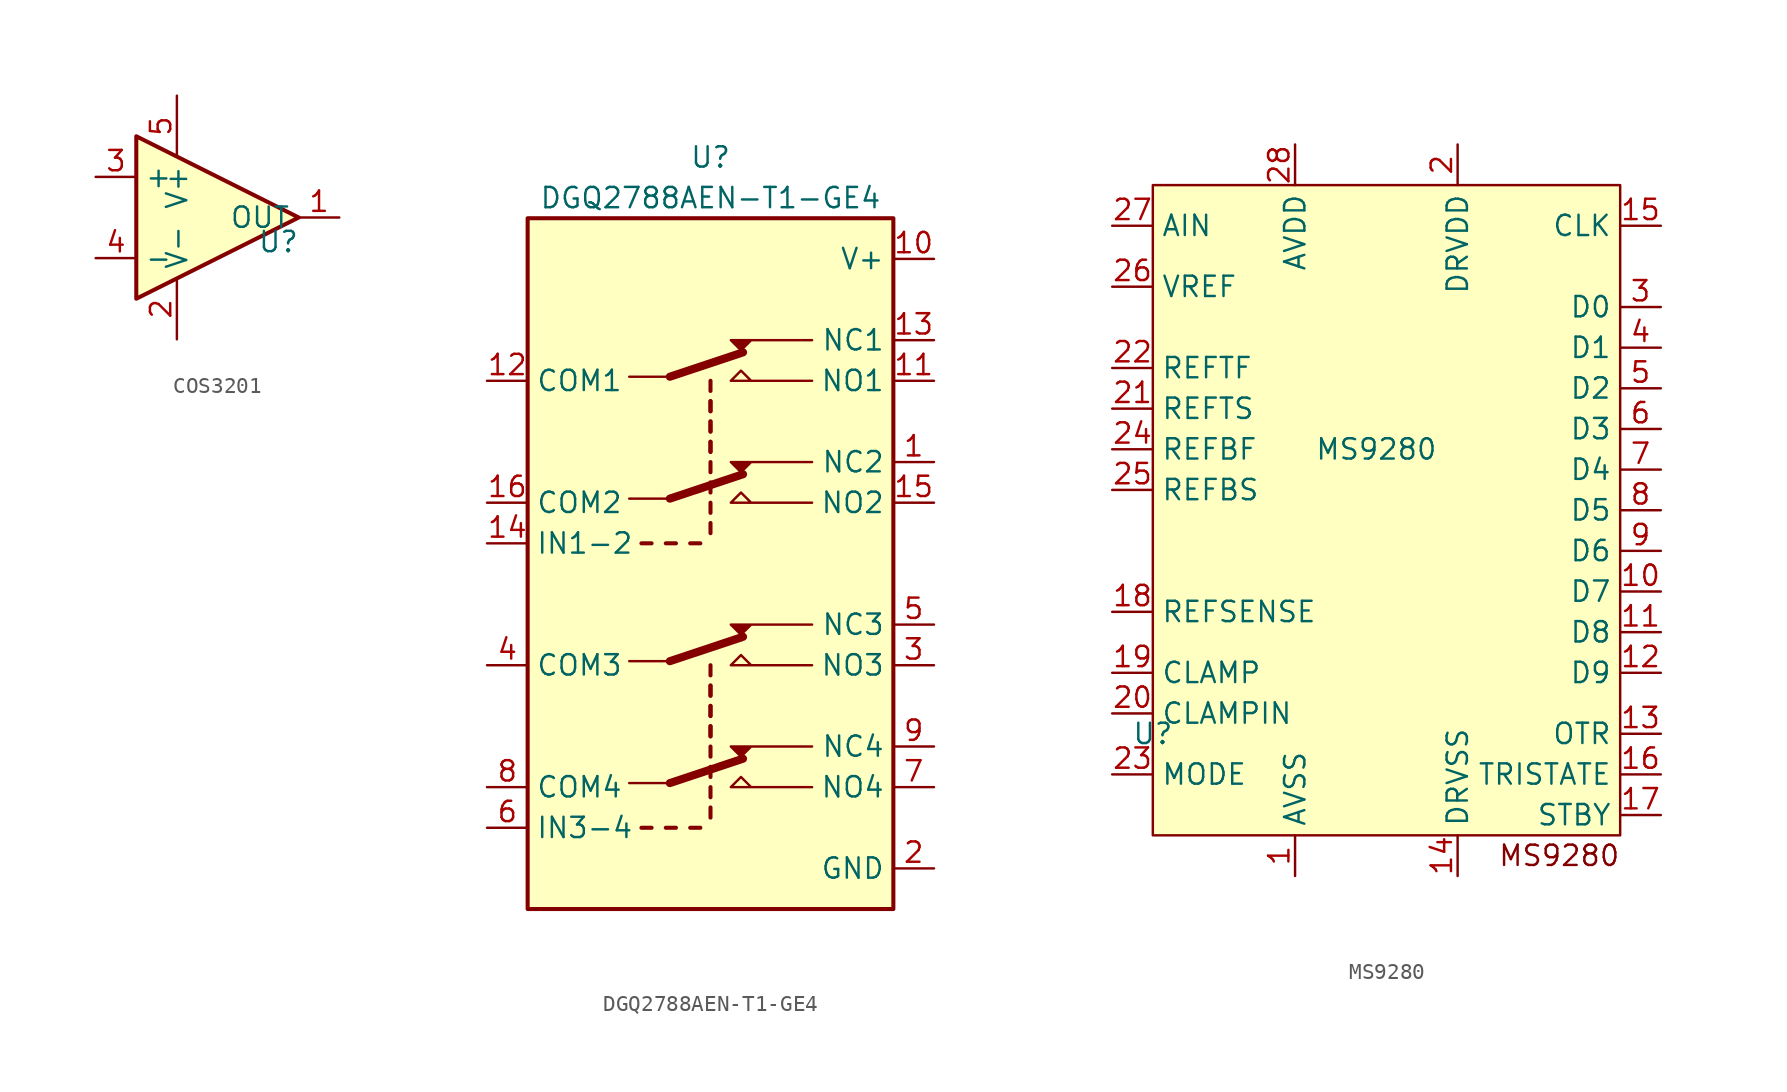
<source format=kicad_sym>
(kicad_symbol_lib
  (version 20241209)
  (generator "kicad_symbol_editor")
  (generator_version "9.0")
  (symbol "COS3201"
    (property "Reference" "U"
      (at -1.27 -1.524 0)
      (effects (font (size 1.27 1.27))))
    (property "Value" ""
      (at 0 0 0)
      (effects (font (size 1.27 1.27))))
    (symbol "COS3201_0_1"
      (polyline (pts (xy -10.16 5.08) (xy 0 0) (xy -10.16 -5.08) (xy -10.16 5.08)) (stroke (width 0.254) (type default)) (fill (type background))))
    (symbol "COS3201_1_1"
      (pin input line (at -12.7 2.54 0) (length 2.54) (name "+" (effects (font (size 1.27 1.27)))) (number "3" (effects (font (size 1.27 1.27)))))
      (pin input line (at -12.7 -2.54 0) (length 2.54) (name "-" (effects (font (size 1.27 1.27)))) (number "4" (effects (font (size 1.27 1.27)))))
      (pin power_in line (at -7.62 7.62 270) (length 3.81) (name "V+" (effects (font (size 1.27 1.27)))) (number "5" (effects (font (size 1.27 1.27)))))
      (pin power_in line (at -7.62 -7.62 90) (length 3.81) (name "V-" (effects (font (size 1.27 1.27)))) (number "2" (effects (font (size 1.27 1.27)))))
      (pin open_collector line (at 2.54 0 180) (length 2.54) (name "OUT" (effects (font (size 1.27 1.27)))) (number "1" (effects (font (size 1.27 1.27)))))))
  (symbol "DGQ2788AEN-T1-GE4"
    (property "Reference" "U"
      (at 0 20.32 0)
      (effects (font (size 1.27 1.27))))
    (property "Value" "DGQ2788AEN-T1-GE4"
      (at 0 17.78 0)
      (effects (font (size 1.27 1.27))))
    (symbol "DGQ2788AEN-T1-GE4_0_1"
      (polyline (pts (xy -2.54 6.604) (xy -5.08 6.604)) (stroke (width 0) (type default)) (fill (type none)))
      (polyline (pts (xy -2.54 -1.016) (xy -5.08 -1.016)) (stroke (width 0) (type default)) (fill (type none)))
      (polyline (pts (xy -2.54 -11.176) (xy -5.08 -11.176)) (stroke (width 0) (type default)) (fill (type none)))
      (polyline (pts (xy -2.54 -18.796) (xy -5.08 -18.796)) (stroke (width 0) (type default)) (fill (type none))))
    (symbol "DGQ2788AEN-T1-GE4_1_0"
      (pin passive line (at 13.97 6.35 180) (length 2.54) (name "NO1" (effects (font (size 1.27 1.27)))) (number "11" (effects (font (size 1.27 1.27)))))
      (pin passive line (at 13.97 1.27 180) (length 2.54) (name "NC2" (effects (font (size 1.27 1.27)))) (number "1" (effects (font (size 1.27 1.27)))))
      (pin passive line (at 13.97 -1.27 180) (length 2.54) (name "NO2" (effects (font (size 1.27 1.27)))) (number "15" (effects (font (size 1.27 1.27)))))
      (pin passive line (at 13.97 -8.89 180) (length 2.54) (name "NC3" (effects (font (size 1.27 1.27)))) (number "5" (effects (font (size 1.27 1.27)))))
      (pin passive line (at 13.97 -11.43 180) (length 2.54) (name "NO3" (effects (font (size 1.27 1.27)))) (number "3" (effects (font (size 1.27 1.27)))))
      (pin passive line (at 13.97 -16.51 180) (length 2.54) (name "NC4" (effects (font (size 1.27 1.27)))) (number "9" (effects (font (size 1.27 1.27)))))
      (pin passive line (at 13.97 -19.05 180) (length 2.54) (name "NO4" (effects (font (size 1.27 1.27)))) (number "7" (effects (font (size 1.27 1.27)))))
      (pin power_in line (at 13.97 -24.13 180) (length 2.54) (name "GND" (effects (font (size 1.27 1.27)))) (number "2" (effects (font (size 1.27 1.27))))))
    (symbol "DGQ2788AEN-T1-GE4_1_1"
      (rectangle (start -11.43 16.51) (end 11.43 -26.67) (stroke (width 0.254) (type default)) (fill (type background)))
      (polyline (pts (xy -4.318 -3.81) (xy -3.683 -3.81)) (stroke (width 0.254) (type default)) (fill (type none)))
      (polyline (pts (xy -4.318 -21.59) (xy -3.683 -21.59)) (stroke (width 0.254) (type default)) (fill (type none)))
      (polyline (pts (xy -2.794 -3.81) (xy -2.159 -3.81)) (stroke (width 0.254) (type default)) (fill (type none)))
      (polyline (pts (xy -2.794 -21.59) (xy -2.159 -21.59)) (stroke (width 0.254) (type default)) (fill (type none)))
      (polyline (pts (xy -2.54 6.604) (xy 2.032 8.128)) (stroke (width 0.508) (type default)) (fill (type none)))
      (polyline (pts (xy -2.54 -1.016) (xy 2.032 0.508)) (stroke (width 0.508) (type default)) (fill (type none)))
      (polyline (pts (xy -2.54 -11.176) (xy 2.032 -9.652)) (stroke (width 0.508) (type default)) (fill (type none)))
      (polyline (pts (xy -2.54 -18.796) (xy 2.032 -17.272)) (stroke (width 0.508) (type default)) (fill (type none)))
      (polyline (pts (xy -1.27 -3.81) (xy -0.635 -3.81)) (stroke (width 0.254) (type default)) (fill (type none)))
      (polyline (pts (xy -1.27 -21.59) (xy -0.635 -21.59)) (stroke (width 0.254) (type default)) (fill (type none)))
      (polyline (pts (xy 0 6.35) (xy 0 5.715)) (stroke (width 0.254) (type default)) (fill (type none)))
      (polyline (pts (xy 0 5.08) (xy 0 4.445)) (stroke (width 0.254) (type default)) (fill (type none)))
      (polyline (pts (xy 0 5.08) (xy 0 4.445)) (stroke (width 0.254) (type default)) (fill (type none)))
      (polyline (pts (xy 0 3.81) (xy 0 3.175)) (stroke (width 0.254) (type default)) (fill (type none)))
      (polyline (pts (xy 0 3.81) (xy 0 3.175)) (stroke (width 0.254) (type default)) (fill (type none)))
      (polyline (pts (xy 0 2.54) (xy 0 1.905)) (stroke (width 0.254) (type default)) (fill (type none)))
      (polyline (pts (xy 0 2.54) (xy 0 1.905)) (stroke (width 0.254) (type default)) (fill (type none)))
      (polyline (pts (xy 0 1.27) (xy 0 0.635)) (stroke (width 0.254) (type default)) (fill (type none)))
      (polyline (pts (xy 0 0) (xy 0 -0.635)) (stroke (width 0.254) (type default)) (fill (type none)))
      (polyline (pts (xy 0 -1.27) (xy 0 -1.905)) (stroke (width 0.254) (type default)) (fill (type none)))
      (polyline (pts (xy 0 -2.54) (xy 0 -3.175)) (stroke (width 0.254) (type default)) (fill (type none)))
      (polyline (pts (xy 0 -11.43) (xy 0 -12.065)) (stroke (width 0.254) (type default)) (fill (type none)))
      (polyline (pts (xy 0 -12.7) (xy 0 -13.335)) (stroke (width 0.254) (type default)) (fill (type none)))
      (polyline (pts (xy 0 -12.7) (xy 0 -13.335)) (stroke (width 0.254) (type default)) (fill (type none)))
      (polyline (pts (xy 0 -13.97) (xy 0 -14.605)) (stroke (width 0.254) (type default)) (fill (type none)))
      (polyline (pts (xy 0 -13.97) (xy 0 -14.605)) (stroke (width 0.254) (type default)) (fill (type none)))
      (polyline (pts (xy 0 -15.24) (xy 0 -15.875)) (stroke (width 0.254) (type default)) (fill (type none)))
      (polyline (pts (xy 0 -15.24) (xy 0 -15.875)) (stroke (width 0.254) (type default)) (fill (type none)))
      (polyline (pts (xy 0 -16.51) (xy 0 -17.145)) (stroke (width 0.254) (type default)) (fill (type none)))
      (polyline (pts (xy 0 -17.78) (xy 0 -18.415)) (stroke (width 0.254) (type default)) (fill (type none)))
      (polyline (pts (xy 0 -19.05) (xy 0 -19.685)) (stroke (width 0.254) (type default)) (fill (type none)))
      (polyline (pts (xy 0 -20.32) (xy 0 -20.955)) (stroke (width 0.254) (type default)) (fill (type none)))
      (polyline (pts (xy 6.35 8.89) (xy 1.27 8.89) (xy 1.905 8.255) (xy 2.54 8.89)) (stroke (width 0) (type default)) (fill (type outline)))
      (polyline (pts (xy 6.35 6.35) (xy 1.27 6.35) (xy 1.905 6.985) (xy 2.54 6.35)) (stroke (width 0) (type default)) (fill (type none)))
      (polyline (pts (xy 6.35 1.27) (xy 1.27 1.27) (xy 1.905 0.635) (xy 2.54 1.27)) (stroke (width 0) (type default)) (fill (type outline)))
      (polyline (pts (xy 6.35 -1.27) (xy 1.27 -1.27) (xy 1.905 -0.635) (xy 2.54 -1.27)) (stroke (width 0) (type default)) (fill (type none)))
      (polyline (pts (xy 6.35 -8.89) (xy 1.27 -8.89) (xy 1.905 -9.525) (xy 2.54 -8.89)) (stroke (width 0) (type default)) (fill (type outline)))
      (polyline (pts (xy 6.35 -11.43) (xy 1.27 -11.43) (xy 1.905 -10.795) (xy 2.54 -11.43)) (stroke (width 0) (type default)) (fill (type none)))
      (polyline (pts (xy 6.35 -16.51) (xy 1.27 -16.51) (xy 1.905 -17.145) (xy 2.54 -16.51)) (stroke (width 0) (type default)) (fill (type outline)))
      (polyline (pts (xy 6.35 -19.05) (xy 1.27 -19.05) (xy 1.905 -18.415) (xy 2.54 -19.05)) (stroke (width 0) (type default)) (fill (type none)))
      (pin passive line (at -13.97 6.35 0) (length 2.54) (name "COM1" (effects (font (size 1.27 1.27)))) (number "12" (effects (font (size 1.27 1.27)))))
      (pin passive line (at -13.97 -1.27 0) (length 2.54) (name "COM2" (effects (font (size 1.27 1.27)))) (number "16" (effects (font (size 1.27 1.27)))))
      (pin input line (at -13.97 -3.81 0) (length 2.54) (name "IN1-2" (effects (font (size 1.27 1.27)))) (number "14" (effects (font (size 1.27 1.27)))))
      (pin passive line (at -13.97 -11.43 0) (length 2.54) (name "COM3" (effects (font (size 1.27 1.27)))) (number "4" (effects (font (size 1.27 1.27)))))
      (pin passive line (at -13.97 -19.05 0) (length 2.54) (name "COM4" (effects (font (size 1.27 1.27)))) (number "8" (effects (font (size 1.27 1.27)))))
      (pin input line (at -13.97 -21.59 0) (length 2.54) (name "IN3-4" (effects (font (size 1.27 1.27)))) (number "6" (effects (font (size 1.27 1.27)))))
      (pin power_in line (at 13.97 13.97 180) (length 2.54) (name "V+" (effects (font (size 1.27 1.27)))) (number "10" (effects (font (size 1.27 1.27)))))
      (pin passive line (at 13.97 8.89 180) (length 2.54) (name "NC1" (effects (font (size 1.27 1.27)))) (number "13" (effects (font (size 1.27 1.27)))))))
  (symbol "MS9280"
    (property "Reference" "U"
      (at -13.97 -17.78 0)
      (effects (font (size 1.27 1.27))))
    (property "Value" "MS9280"
      (at 0 0 0)
      (effects (font (size 1.27 1.27))))
    (symbol "MS9280_1_1"
      (rectangle (start -13.97 16.51) (end 15.24 -24.13) (stroke (width 0) (type default)) (fill (type background)))
      (text "MS9280\n" (at 11.43 -25.4 0) (effects (font (size 1.27 1.27))))
      (pin input line (at -16.51 13.97 0) (length 2.54) (name "AIN" (effects (font (size 1.27 1.27)))) (number "27" (effects (font (size 1.27 1.27)))))
      (pin input line (at -16.51 10.16 0) (length 2.54) (name "VREF" (effects (font (size 1.27 1.27)))) (number "26" (effects (font (size 1.27 1.27)))))
      (pin input line (at -16.51 5.08 0) (length 2.54) (name "REFTF" (effects (font (size 1.27 1.27)))) (number "22" (effects (font (size 1.27 1.27)))))
      (pin input line (at -16.51 2.54 0) (length 2.54) (name "REFTS" (effects (font (size 1.27 1.27)))) (number "21" (effects (font (size 1.27 1.27)))))
      (pin input line (at -16.51 0 0) (length 2.54) (name "REFBF" (effects (font (size 1.27 1.27)))) (number "24" (effects (font (size 1.27 1.27)))))
      (pin input line (at -16.51 -2.54 0) (length 2.54) (name "REFBS" (effects (font (size 1.27 1.27)))) (number "25" (effects (font (size 1.27 1.27)))))
      (pin input line (at -16.51 -10.16 0) (length 2.54) (name "REFSENSE" (effects (font (size 1.27 1.27)))) (number "18" (effects (font (size 1.27 1.27)))))
      (pin input line (at -16.51 -13.97 0) (length 2.54) (name "CLAMP" (effects (font (size 1.27 1.27)))) (number "19" (effects (font (size 1.27 1.27)))))
      (pin input line (at -16.51 -16.51 0) (length 2.54) (name "CLAMPIN" (effects (font (size 1.27 1.27)))) (number "20" (effects (font (size 1.27 1.27)))))
      (pin input line (at -16.51 -20.32 0) (length 2.54) (name "MODE" (effects (font (size 1.27 1.27)))) (number "23" (effects (font (size 1.27 1.27)))))
      (pin input line (at -5.08 19.05 270) (length 2.54) (name "AVDD" (effects (font (size 1.27 1.27)))) (number "28" (effects (font (size 1.27 1.27)))))
      (pin input line (at -5.08 -26.67 90) (length 2.54) (name "AVSS" (effects (font (size 1.27 1.27)))) (number "1" (effects (font (size 1.27 1.27)))))
      (pin input line (at 5.08 19.05 270) (length 2.54) (name "DRVDD" (effects (font (size 1.27 1.27)))) (number "2" (effects (font (size 1.27 1.27)))))
      (pin input line (at 5.08 -26.67 90) (length 2.54) (name "DRVSS" (effects (font (size 1.27 1.27)))) (number "14" (effects (font (size 1.27 1.27)))))
      (pin input line (at 17.78 13.97 180) (length 2.54) (name "CLK" (effects (font (size 1.27 1.27)))) (number "15" (effects (font (size 1.27 1.27)))))
      (pin output line (at 17.78 8.89 180) (length 2.54) (name "D0" (effects (font (size 1.27 1.27)))) (number "3" (effects (font (size 1.27 1.27)))))
      (pin output line (at 17.78 6.35 180) (length 2.54) (name "D1" (effects (font (size 1.27 1.27)))) (number "4" (effects (font (size 1.27 1.27)))))
      (pin output line (at 17.78 3.81 180) (length 2.54) (name "D2" (effects (font (size 1.27 1.27)))) (number "5" (effects (font (size 1.27 1.27)))))
      (pin output line (at 17.78 1.27 180) (length 2.54) (name "D3" (effects (font (size 1.27 1.27)))) (number "6" (effects (font (size 1.27 1.27)))))
      (pin output line (at 17.78 -1.27 180) (length 2.54) (name "D4" (effects (font (size 1.27 1.27)))) (number "7" (effects (font (size 1.27 1.27)))))
      (pin output line (at 17.78 -3.81 180) (length 2.54) (name "D5" (effects (font (size 1.27 1.27)))) (number "8" (effects (font (size 1.27 1.27)))))
      (pin output line (at 17.78 -6.35 180) (length 2.54) (name "D6" (effects (font (size 1.27 1.27)))) (number "9" (effects (font (size 1.27 1.27)))))
      (pin output line (at 17.78 -8.89 180) (length 2.54) (name "D7" (effects (font (size 1.27 1.27)))) (number "10" (effects (font (size 1.27 1.27)))))
      (pin output line (at 17.78 -11.43 180) (length 2.54) (name "D8" (effects (font (size 1.27 1.27)))) (number "11" (effects (font (size 1.27 1.27)))))
      (pin output line (at 17.78 -13.97 180) (length 2.54) (name "D9" (effects (font (size 1.27 1.27)))) (number "12" (effects (font (size 1.27 1.27)))))
      (pin output line (at 17.78 -17.78 180) (length 2.54) (name "OTR" (effects (font (size 1.27 1.27)))) (number "13" (effects (font (size 1.27 1.27)))))
      (pin input line (at 17.78 -20.32 180) (length 2.54) (name "TRISTATE" (effects (font (size 1.27 1.27)))) (number "16" (effects (font (size 1.27 1.27)))))
      (pin input line (at 17.78 -22.86 180) (length 2.54) (name "STBY" (effects (font (size 1.27 1.27)))) (number "17" (effects (font (size 1.27 1.27))))))))
</source>
